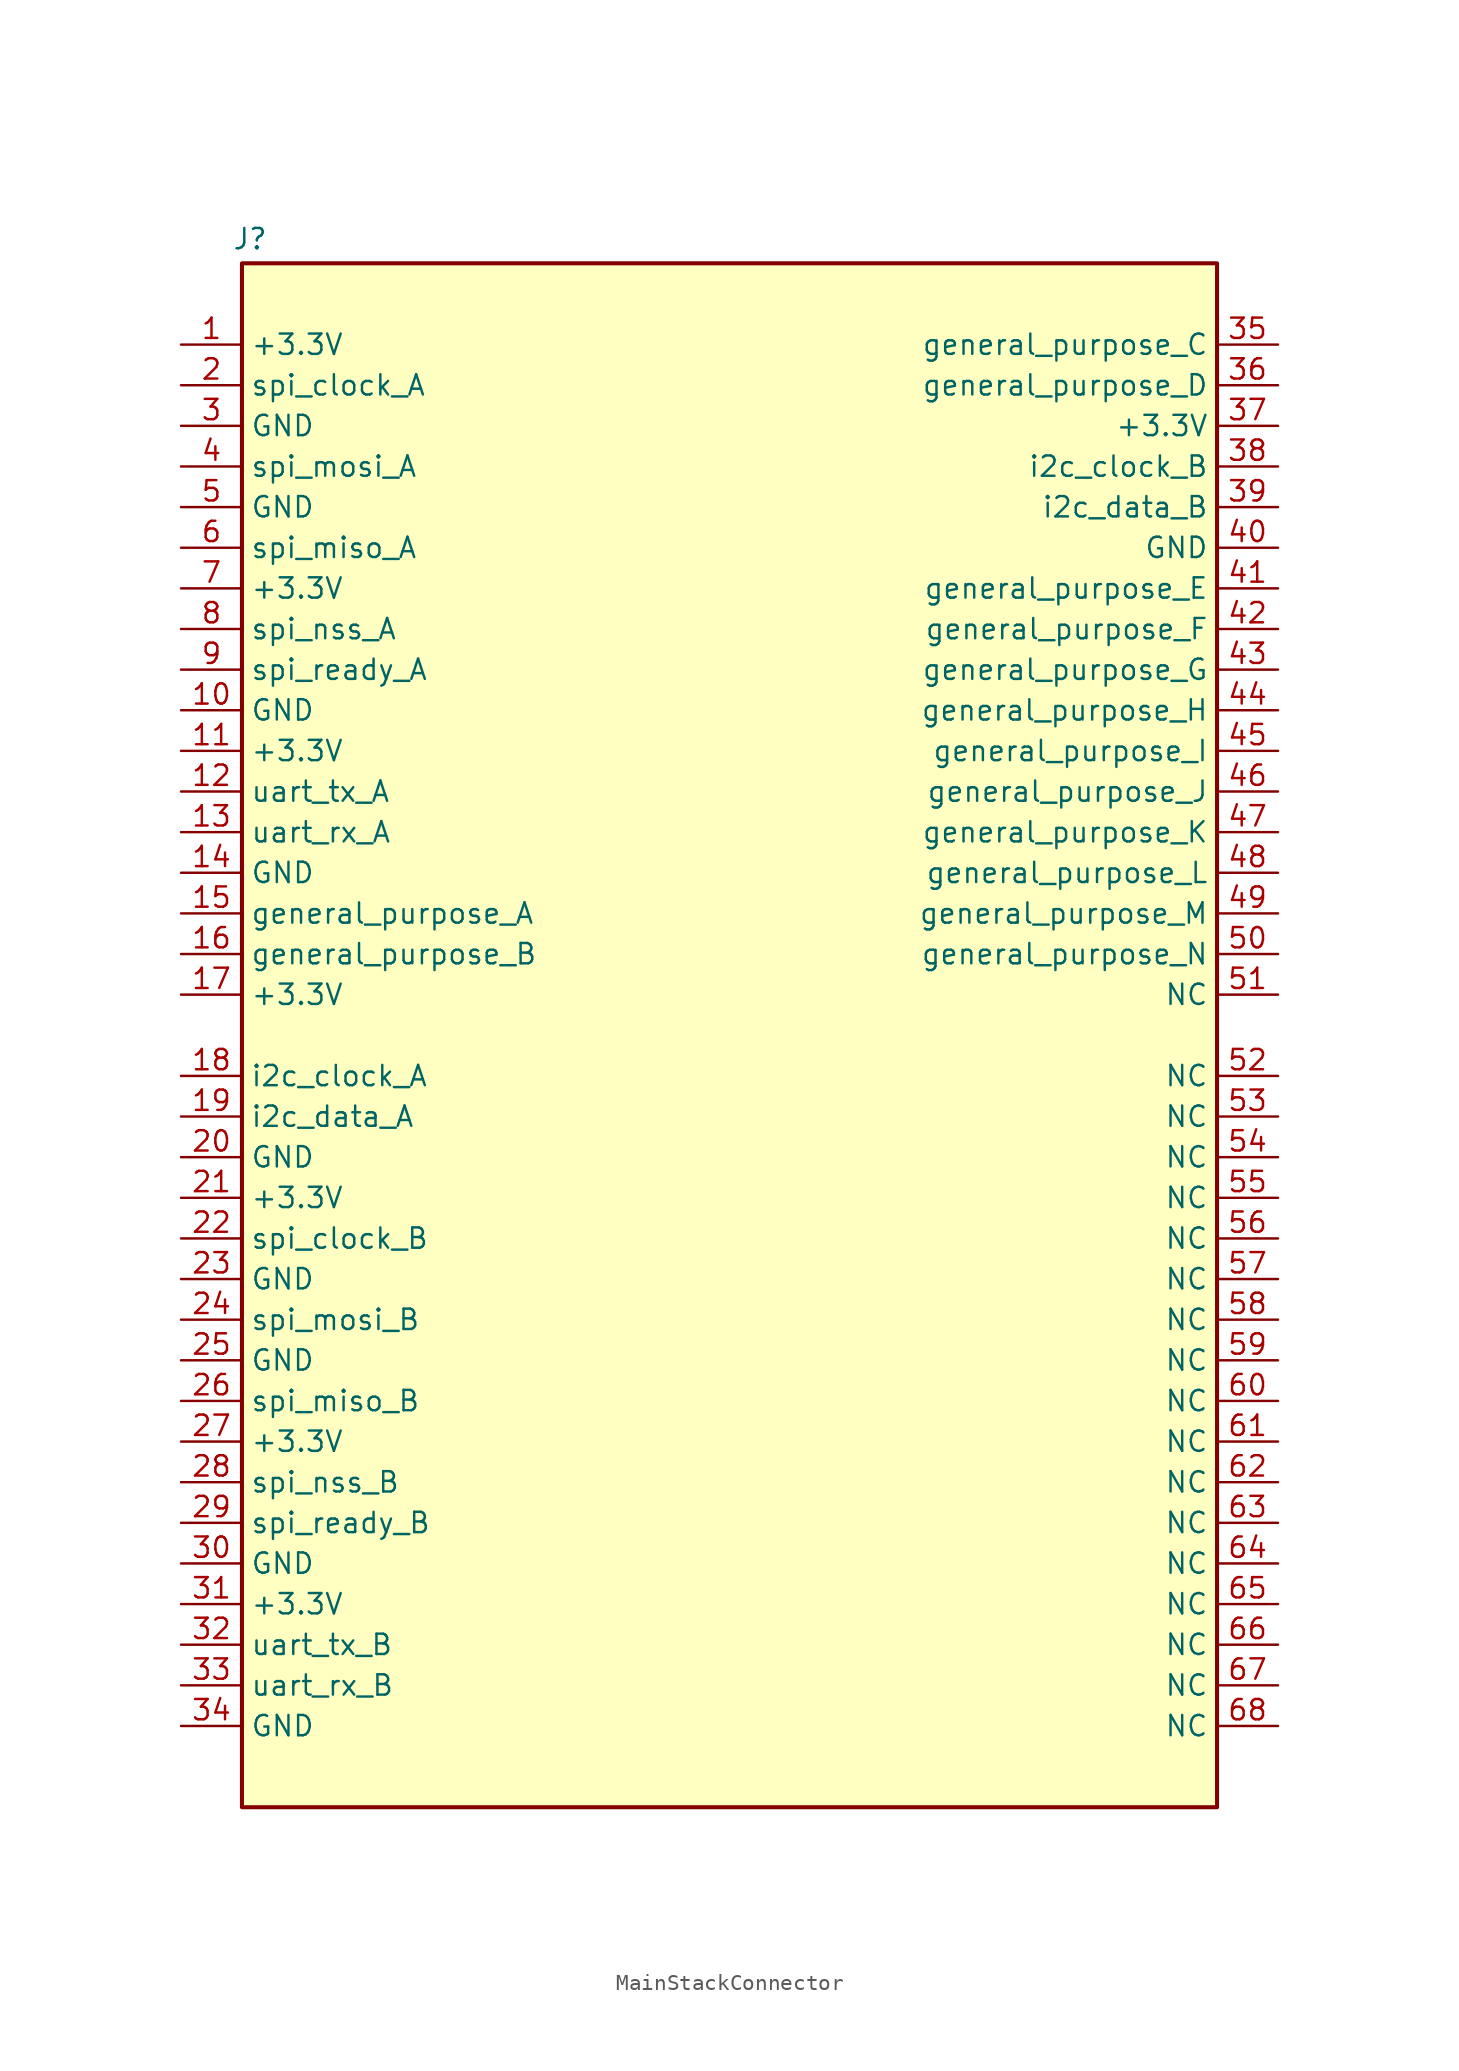
<source format=kicad_sym>
(kicad_symbol_lib
  (version 20241209)
  (generator "kicad_symbol_editor")
  (generator_version "9.0")
  (symbol "MainStackConnector"
    (property "Reference" "J"
      (at 0.508 1.524 0)
      (effects (font (size 1.27 1.27))))
    (symbol "MainStackConnector_1_1"
      (rectangle (start 0 0) (end 60.96 -96.52) (stroke (width 0.254) (type default)) (fill (type background)))
      (pin passive line (at -3.81 -5.08 0) (length 3.81) (name "+3.3V" (effects (font (size 1.27 1.27)))) (number "1" (effects (font (size 1.27 1.27)))))
      (pin passive line (at -3.81 -7.62 0) (length 3.81) (name "spi_clock_A" (effects (font (size 1.27 1.27)))) (number "2" (effects (font (size 1.27 1.27)))))
      (pin passive line (at -3.81 -10.16 0) (length 3.81) (name "GND" (effects (font (size 1.27 1.27)))) (number "3" (effects (font (size 1.27 1.27)))))
      (pin passive line (at -3.81 -12.7 0) (length 3.81) (name "spi_mosi_A" (effects (font (size 1.27 1.27)))) (number "4" (effects (font (size 1.27 1.27)))))
      (pin passive line (at -3.81 -15.24 0) (length 3.81) (name "GND" (effects (font (size 1.27 1.27)))) (number "5" (effects (font (size 1.27 1.27)))))
      (pin passive line (at -3.81 -17.78 0) (length 3.81) (name "spi_miso_A" (effects (font (size 1.27 1.27)))) (number "6" (effects (font (size 1.27 1.27)))))
      (pin passive line (at -3.81 -20.32 0) (length 3.81) (name "+3.3V" (effects (font (size 1.27 1.27)))) (number "7" (effects (font (size 1.27 1.27)))))
      (pin passive line (at -3.81 -22.86 0) (length 3.81) (name "spi_nss_A" (effects (font (size 1.27 1.27)))) (number "8" (effects (font (size 1.27 1.27)))))
      (pin passive line (at -3.81 -25.4 0) (length 3.81) (name "spi_ready_A" (effects (font (size 1.27 1.27)))) (number "9" (effects (font (size 1.27 1.27)))))
      (pin passive line (at -3.81 -27.94 0) (length 3.81) (name "GND" (effects (font (size 1.27 1.27)))) (number "10" (effects (font (size 1.27 1.27)))))
      (pin passive line (at -3.81 -30.48 0) (length 3.81) (name "+3.3V" (effects (font (size 1.27 1.27)))) (number "11" (effects (font (size 1.27 1.27)))))
      (pin passive line (at -3.81 -33.02 0) (length 3.81) (name "uart_tx_A" (effects (font (size 1.27 1.27)))) (number "12" (effects (font (size 1.27 1.27)))))
      (pin passive line (at -3.81 -35.56 0) (length 3.81) (name "uart_rx_A" (effects (font (size 1.27 1.27)))) (number "13" (effects (font (size 1.27 1.27)))))
      (pin passive line (at -3.81 -38.1 0) (length 3.81) (name "GND" (effects (font (size 1.27 1.27)))) (number "14" (effects (font (size 1.27 1.27)))))
      (pin passive line (at -3.81 -40.64 0) (length 3.81) (name "general_purpose_A" (effects (font (size 1.27 1.27)))) (number "15" (effects (font (size 1.27 1.27)))))
      (pin passive line (at -3.81 -43.18 0) (length 3.81) (name "general_purpose_B" (effects (font (size 1.27 1.27)))) (number "16" (effects (font (size 1.27 1.27)))))
      (pin passive line (at -3.81 -45.72 0) (length 3.81) (name "+3.3V" (effects (font (size 1.27 1.27)))) (number "17" (effects (font (size 1.27 1.27)))))
      (pin passive line (at -3.81 -50.8 0) (length 3.81) (name "i2c_clock_A" (effects (font (size 1.27 1.27)))) (number "18" (effects (font (size 1.27 1.27)))))
      (pin passive line (at -3.81 -53.34 0) (length 3.81) (name "i2c_data_A" (effects (font (size 1.27 1.27)))) (number "19" (effects (font (size 1.27 1.27)))))
      (pin passive line (at -3.81 -55.88 0) (length 3.81) (name "GND" (effects (font (size 1.27 1.27)))) (number "20" (effects (font (size 1.27 1.27)))))
      (pin passive line (at -3.81 -58.42 0) (length 3.81) (name "+3.3V" (effects (font (size 1.27 1.27)))) (number "21" (effects (font (size 1.27 1.27)))))
      (pin passive line (at -3.81 -60.96 0) (length 3.81) (name "spi_clock_B" (effects (font (size 1.27 1.27)))) (number "22" (effects (font (size 1.27 1.27)))))
      (pin passive line (at -3.81 -63.5 0) (length 3.81) (name "GND" (effects (font (size 1.27 1.27)))) (number "23" (effects (font (size 1.27 1.27)))))
      (pin passive line (at -3.81 -66.04 0) (length 3.81) (name "spi_mosi_B" (effects (font (size 1.27 1.27)))) (number "24" (effects (font (size 1.27 1.27)))))
      (pin passive line (at -3.81 -68.58 0) (length 3.81) (name "GND" (effects (font (size 1.27 1.27)))) (number "25" (effects (font (size 1.27 1.27)))))
      (pin passive line (at -3.81 -71.12 0) (length 3.81) (name "spi_miso_B" (effects (font (size 1.27 1.27)))) (number "26" (effects (font (size 1.27 1.27)))))
      (pin passive line (at -3.81 -73.66 0) (length 3.81) (name "+3.3V" (effects (font (size 1.27 1.27)))) (number "27" (effects (font (size 1.27 1.27)))))
      (pin passive line (at -3.81 -76.2 0) (length 3.81) (name "spi_nss_B" (effects (font (size 1.27 1.27)))) (number "28" (effects (font (size 1.27 1.27)))))
      (pin passive line (at -3.81 -78.74 0) (length 3.81) (name "spi_ready_B" (effects (font (size 1.27 1.27)))) (number "29" (effects (font (size 1.27 1.27)))))
      (pin passive line (at -3.81 -81.28 0) (length 3.81) (name "GND" (effects (font (size 1.27 1.27)))) (number "30" (effects (font (size 1.27 1.27)))))
      (pin passive line (at -3.81 -83.82 0) (length 3.81) (name "+3.3V" (effects (font (size 1.27 1.27)))) (number "31" (effects (font (size 1.27 1.27)))))
      (pin passive line (at -3.81 -86.36 0) (length 3.81) (name "uart_tx_B" (effects (font (size 1.27 1.27)))) (number "32" (effects (font (size 1.27 1.27)))))
      (pin passive line (at -3.81 -88.9 0) (length 3.81) (name "uart_rx_B" (effects (font (size 1.27 1.27)))) (number "33" (effects (font (size 1.27 1.27)))))
      (pin passive line (at -3.81 -91.44 0) (length 3.81) (name "GND" (effects (font (size 1.27 1.27)))) (number "34" (effects (font (size 1.27 1.27)))))
      (pin passive line (at 64.77 -5.08 180) (length 3.81) (name "general_purpose_C" (effects (font (size 1.27 1.27)))) (number "35" (effects (font (size 1.27 1.27)))))
      (pin passive line (at 64.77 -7.62 180) (length 3.81) (name "general_purpose_D" (effects (font (size 1.27 1.27)))) (number "36" (effects (font (size 1.27 1.27)))))
      (pin passive line (at 64.77 -10.16 180) (length 3.81) (name "+3.3V" (effects (font (size 1.27 1.27)))) (number "37" (effects (font (size 1.27 1.27)))))
      (pin passive line (at 64.77 -12.7 180) (length 3.81) (name "i2c_clock_B" (effects (font (size 1.27 1.27)))) (number "38" (effects (font (size 1.27 1.27)))))
      (pin passive line (at 64.77 -15.24 180) (length 3.81) (name "i2c_data_B" (effects (font (size 1.27 1.27)))) (number "39" (effects (font (size 1.27 1.27)))))
      (pin passive line (at 64.77 -17.78 180) (length 3.81) (name "GND" (effects (font (size 1.27 1.27)))) (number "40" (effects (font (size 1.27 1.27)))))
      (pin passive line (at 64.77 -20.32 180) (length 3.81) (name "general_purpose_E" (effects (font (size 1.27 1.27)))) (number "41" (effects (font (size 1.27 1.27)))))
      (pin passive line (at 64.77 -22.86 180) (length 3.81) (name "general_purpose_F" (effects (font (size 1.27 1.27)))) (number "42" (effects (font (size 1.27 1.27)))))
      (pin passive line (at 64.77 -25.4 180) (length 3.81) (name "general_purpose_G" (effects (font (size 1.27 1.27)))) (number "43" (effects (font (size 1.27 1.27)))))
      (pin passive line (at 64.77 -27.94 180) (length 3.81) (name "general_purpose_H" (effects (font (size 1.27 1.27)))) (number "44" (effects (font (size 1.27 1.27)))))
      (pin passive line (at 64.77 -30.48 180) (length 3.81) (name "general_purpose_I" (effects (font (size 1.27 1.27)))) (number "45" (effects (font (size 1.27 1.27)))))
      (pin passive line (at 64.77 -33.02 180) (length 3.81) (name "general_purpose_J" (effects (font (size 1.27 1.27)))) (number "46" (effects (font (size 1.27 1.27)))))
      (pin passive line (at 64.77 -35.56 180) (length 3.81) (name "general_purpose_K" (effects (font (size 1.27 1.27)))) (number "47" (effects (font (size 1.27 1.27)))))
      (pin passive line (at 64.77 -38.1 180) (length 3.81) (name "general_purpose_L" (effects (font (size 1.27 1.27)))) (number "48" (effects (font (size 1.27 1.27)))))
      (pin passive line (at 64.77 -40.64 180) (length 3.81) (name "general_purpose_M" (effects (font (size 1.27 1.27)))) (number "49" (effects (font (size 1.27 1.27)))))
      (pin passive line (at 64.77 -43.18 180) (length 3.81) (name "general_purpose_N" (effects (font (size 1.27 1.27)))) (number "50" (effects (font (size 1.27 1.27)))))
      (pin passive line (at 64.77 -45.72 180) (length 3.81) (name "NC" (effects (font (size 1.27 1.27)))) (number "51" (effects (font (size 1.27 1.27)))))
      (pin passive line (at 64.77 -50.8 180) (length 3.81) (name "NC" (effects (font (size 1.27 1.27)))) (number "52" (effects (font (size 1.27 1.27)))))
      (pin passive line (at 64.77 -53.34 180) (length 3.81) (name "NC" (effects (font (size 1.27 1.27)))) (number "53" (effects (font (size 1.27 1.27)))))
      (pin passive line (at 64.77 -55.88 180) (length 3.81) (name "NC" (effects (font (size 1.27 1.27)))) (number "54" (effects (font (size 1.27 1.27)))))
      (pin passive line (at 64.77 -58.42 180) (length 3.81) (name "NC" (effects (font (size 1.27 1.27)))) (number "55" (effects (font (size 1.27 1.27)))))
      (pin passive line (at 64.77 -60.96 180) (length 3.81) (name "NC" (effects (font (size 1.27 1.27)))) (number "56" (effects (font (size 1.27 1.27)))))
      (pin passive line (at 64.77 -63.5 180) (length 3.81) (name "NC" (effects (font (size 1.27 1.27)))) (number "57" (effects (font (size 1.27 1.27)))))
      (pin passive line (at 64.77 -66.04 180) (length 3.81) (name "NC" (effects (font (size 1.27 1.27)))) (number "58" (effects (font (size 1.27 1.27)))))
      (pin passive line (at 64.77 -68.58 180) (length 3.81) (name "NC" (effects (font (size 1.27 1.27)))) (number "59" (effects (font (size 1.27 1.27)))))
      (pin passive line (at 64.77 -71.12 180) (length 3.81) (name "NC" (effects (font (size 1.27 1.27)))) (number "60" (effects (font (size 1.27 1.27)))))
      (pin passive line (at 64.77 -73.66 180) (length 3.81) (name "NC" (effects (font (size 1.27 1.27)))) (number "61" (effects (font (size 1.27 1.27)))))
      (pin passive line (at 64.77 -76.2 180) (length 3.81) (name "NC" (effects (font (size 1.27 1.27)))) (number "62" (effects (font (size 1.27 1.27)))))
      (pin passive line (at 64.77 -78.74 180) (length 3.81) (name "NC" (effects (font (size 1.27 1.27)))) (number "63" (effects (font (size 1.27 1.27)))))
      (pin passive line (at 64.77 -81.28 180) (length 3.81) (name "NC" (effects (font (size 1.27 1.27)))) (number "64" (effects (font (size 1.27 1.27)))))
      (pin passive line (at 64.77 -83.82 180) (length 3.81) (name "NC" (effects (font (size 1.27 1.27)))) (number "65" (effects (font (size 1.27 1.27)))))
      (pin passive line (at 64.77 -86.36 180) (length 3.81) (name "NC" (effects (font (size 1.27 1.27)))) (number "66" (effects (font (size 1.27 1.27)))))
      (pin passive line (at 64.77 -88.9 180) (length 3.81) (name "NC" (effects (font (size 1.27 1.27)))) (number "67" (effects (font (size 1.27 1.27)))))
      (pin passive line (at 64.77 -91.44 180) (length 3.81) (name "NC" (effects (font (size 1.27 1.27)))) (number "68" (effects (font (size 1.27 1.27))))))))
</source>
